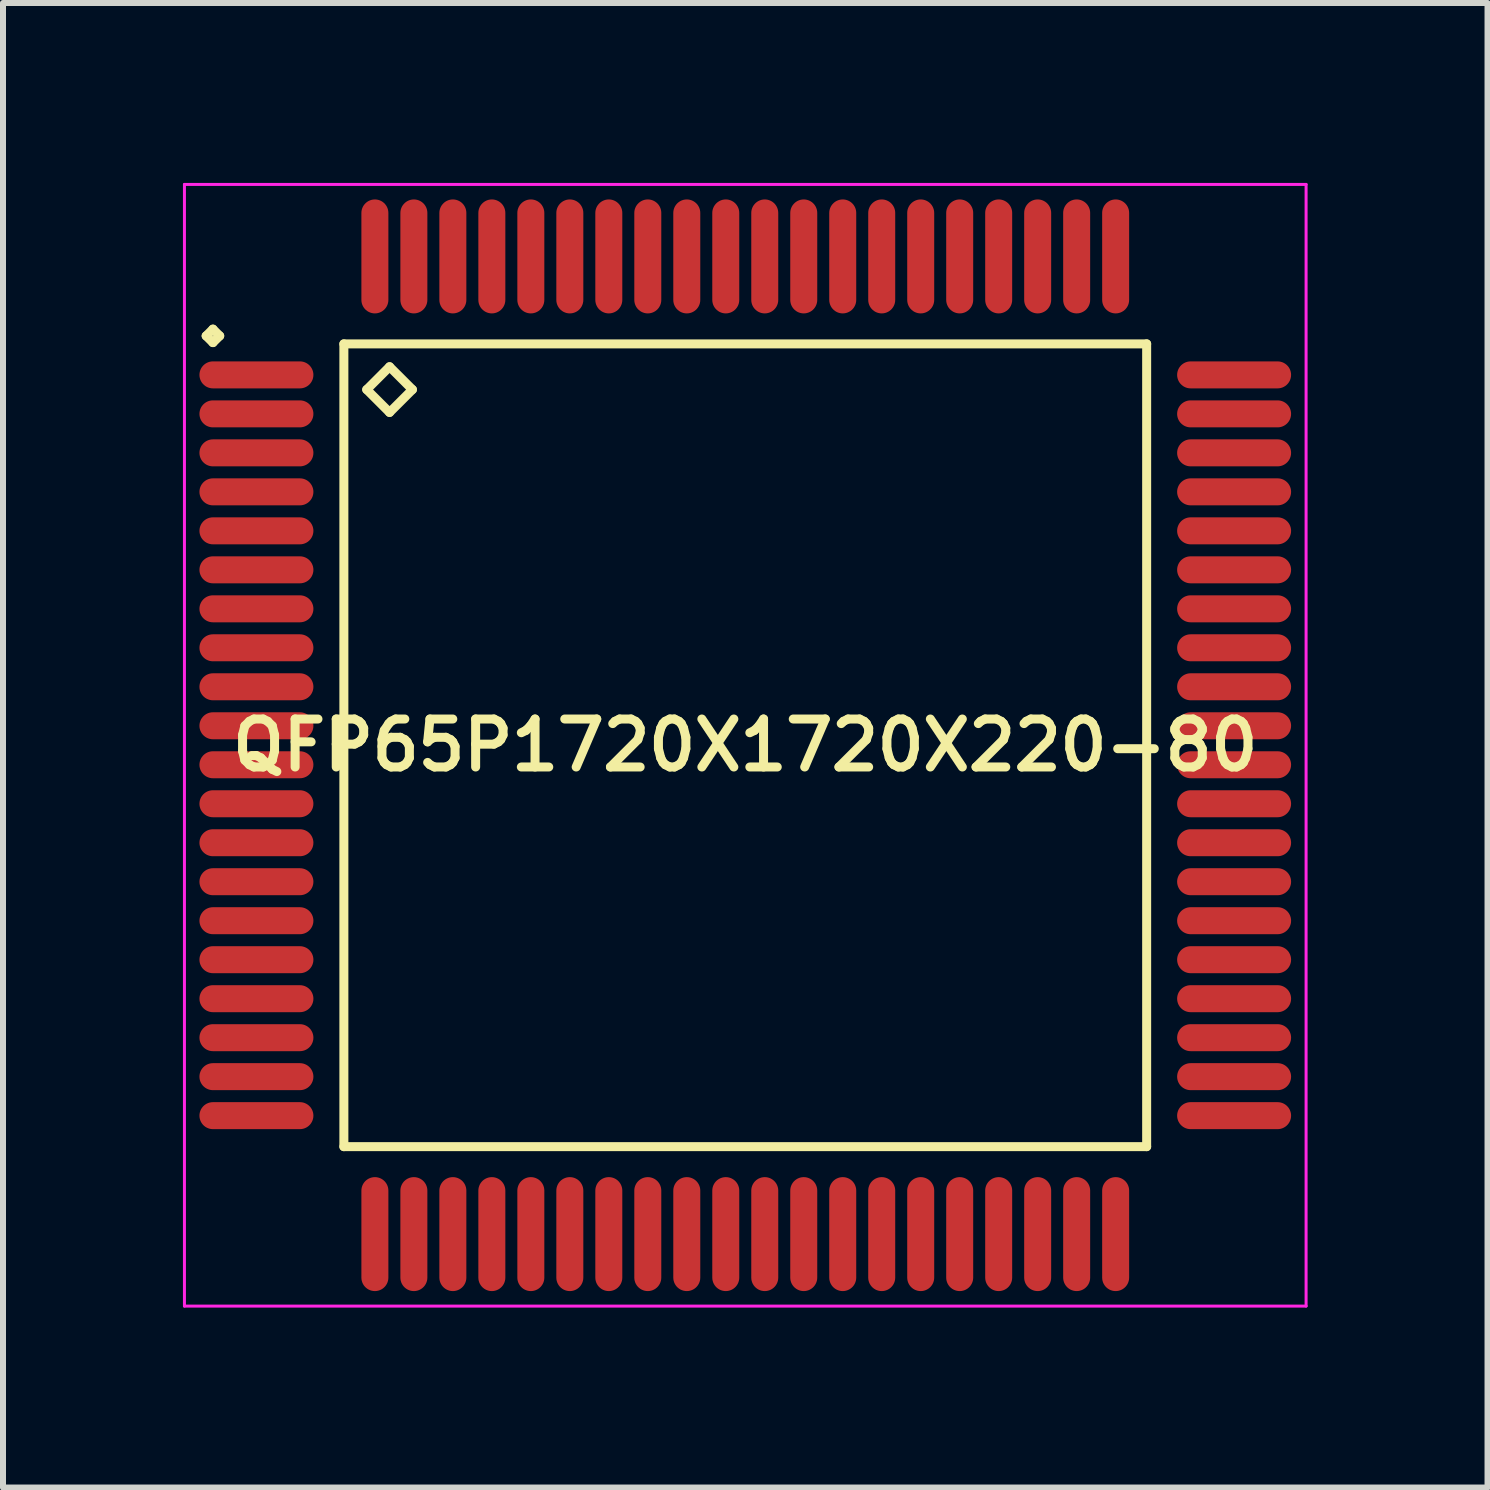
<source format=kicad_pcb>
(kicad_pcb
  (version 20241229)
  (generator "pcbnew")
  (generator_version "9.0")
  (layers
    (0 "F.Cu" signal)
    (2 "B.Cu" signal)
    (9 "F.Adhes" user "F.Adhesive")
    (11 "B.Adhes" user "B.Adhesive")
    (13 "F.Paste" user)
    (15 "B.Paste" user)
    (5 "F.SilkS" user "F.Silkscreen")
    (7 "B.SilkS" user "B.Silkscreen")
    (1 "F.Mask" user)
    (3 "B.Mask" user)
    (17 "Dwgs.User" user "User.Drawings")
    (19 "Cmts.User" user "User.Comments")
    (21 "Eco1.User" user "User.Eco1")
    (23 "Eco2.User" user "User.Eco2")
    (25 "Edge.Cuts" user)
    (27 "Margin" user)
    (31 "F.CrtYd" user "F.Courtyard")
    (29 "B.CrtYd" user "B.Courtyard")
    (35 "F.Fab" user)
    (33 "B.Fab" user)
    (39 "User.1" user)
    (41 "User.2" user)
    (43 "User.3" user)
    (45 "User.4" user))
  (footprint "QFP65P1720X1720X220-80"
    (layer "F.Cu")
    (at 9.375 9.375)
    (property "Reference" "QFP65P1720X1720X220-80" (at 0 0 0) (layer "F.SilkS") (effects (font (size 0.8 0.8) (thickness 0.15))))
    (attr smd)
    (fp_line (start -8.988 -6.825) (end -8.875 -6.938) (stroke (width 0.15) (type solid)) (layer "F.SilkS"))
    (fp_line (start -8.875 -6.938) (end -8.762 -6.825) (stroke (width 0.15) (type solid)) (layer "F.SilkS"))
    (fp_line (start -8.875 -6.713) (end -8.988 -6.825) (stroke (width 0.15) (type solid)) (layer "F.SilkS"))
    (fp_line (start -8.762 -6.825) (end -8.875 -6.713) (stroke (width 0.15) (type solid)) (layer "F.SilkS"))
    (fp_line (start -6.692 -6.692) (end -6.692 6.692) (stroke (width 0.15) (type solid)) (layer "F.SilkS"))
    (fp_line (start -6.692 6.692) (end 6.692 6.692) (stroke (width 0.15) (type solid)) (layer "F.SilkS"))
    (fp_line (start -6.311 -5.93) (end -5.93 -6.311) (stroke (width 0.15) (type solid)) (layer "F.SilkS"))
    (fp_line (start -5.93 -6.311) (end -5.549 -5.93) (stroke (width 0.15) (type solid)) (layer "F.SilkS"))
    (fp_line (start -5.93 -5.549) (end -6.311 -5.93) (stroke (width 0.15) (type solid)) (layer "F.SilkS"))
    (fp_line (start -5.549 -5.93) (end -5.93 -5.549) (stroke (width 0.15) (type solid)) (layer "F.SilkS"))
    (fp_line (start 6.692 -6.692) (end -6.692 -6.692) (stroke (width 0.15) (type solid)) (layer "F.SilkS"))
    (fp_line (start 6.692 6.692) (end 6.692 -6.692) (stroke (width 0.15) (type solid)) (layer "F.SilkS"))
    (fp_line (start -9.35 -9.35) (end 9.35 -9.35) (stroke (width 0.05) (type solid)) (layer "F.CrtYd"))
    (fp_line (start -9.35 9.35) (end -9.35 -9.35) (stroke (width 0.05) (type solid)) (layer "F.CrtYd"))
    (fp_line (start 9.35 -9.35) (end 9.35 9.35) (stroke (width 0.05) (type solid)) (layer "F.CrtYd"))
    (fp_line (start 9.35 9.35) (end -9.35 9.35) (stroke (width 0.05) (type solid)) (layer "F.CrtYd"))
    (pad "1" smd oval (at -8.15 -6.175) (size 1.9 0.45) (layers "F.Cu" "F.Mask" "F.Paste"))
    (pad "2" smd oval (at -8.15 -5.525) (size 1.9 0.45) (layers "F.Cu" "F.Mask" "F.Paste"))
    (pad "3" smd oval (at -8.15 -4.875) (size 1.9 0.45) (layers "F.Cu" "F.Mask" "F.Paste"))
    (pad "4" smd oval (at -8.15 -4.225) (size 1.9 0.45) (layers "F.Cu" "F.Mask" "F.Paste"))
    (pad "5" smd oval (at -8.15 -3.575) (size 1.9 0.45) (layers "F.Cu" "F.Mask" "F.Paste"))
    (pad "6" smd oval (at -8.15 -2.925) (size 1.9 0.45) (layers "F.Cu" "F.Mask" "F.Paste"))
    (pad "7" smd oval (at -8.15 -2.275) (size 1.9 0.45) (layers "F.Cu" "F.Mask" "F.Paste"))
    (pad "8" smd oval (at -8.15 -1.625) (size 1.9 0.45) (layers "F.Cu" "F.Mask" "F.Paste"))
    (pad "9" smd oval (at -8.15 -0.975) (size 1.9 0.45) (layers "F.Cu" "F.Mask" "F.Paste"))
    (pad "10" smd oval (at -8.15 -0.325) (size 1.9 0.45) (layers "F.Cu" "F.Mask" "F.Paste"))
    (pad "11" smd oval (at -8.15 0.325) (size 1.9 0.45) (layers "F.Cu" "F.Mask" "F.Paste"))
    (pad "12" smd oval (at -8.15 0.975) (size 1.9 0.45) (layers "F.Cu" "F.Mask" "F.Paste"))
    (pad "13" smd oval (at -8.15 1.625) (size 1.9 0.45) (layers "F.Cu" "F.Mask" "F.Paste"))
    (pad "14" smd oval (at -8.15 2.275) (size 1.9 0.45) (layers "F.Cu" "F.Mask" "F.Paste"))
    (pad "15" smd oval (at -8.15 2.925) (size 1.9 0.45) (layers "F.Cu" "F.Mask" "F.Paste"))
    (pad "16" smd oval (at -8.15 3.575) (size 1.9 0.45) (layers "F.Cu" "F.Mask" "F.Paste"))
    (pad "17" smd oval (at -8.15 4.225) (size 1.9 0.45) (layers "F.Cu" "F.Mask" "F.Paste"))
    (pad "18" smd oval (at -8.15 4.875) (size 1.9 0.45) (layers "F.Cu" "F.Mask" "F.Paste"))
    (pad "19" smd oval (at -8.15 5.525) (size 1.9 0.45) (layers "F.Cu" "F.Mask" "F.Paste"))
    (pad "20" smd oval (at -8.15 6.175) (size 1.9 0.45) (layers "F.Cu" "F.Mask" "F.Paste"))
    (pad "21" smd oval (at -6.175 8.15) (size 0.45 1.9) (layers "F.Cu" "F.Mask" "F.Paste"))
    (pad "22" smd oval (at -5.525 8.15) (size 0.45 1.9) (layers "F.Cu" "F.Mask" "F.Paste"))
    (pad "23" smd oval (at -4.875 8.15) (size 0.45 1.9) (layers "F.Cu" "F.Mask" "F.Paste"))
    (pad "24" smd oval (at -4.225 8.15) (size 0.45 1.9) (layers "F.Cu" "F.Mask" "F.Paste"))
    (pad "25" smd oval (at -3.575 8.15) (size 0.45 1.9) (layers "F.Cu" "F.Mask" "F.Paste"))
    (pad "26" smd oval (at -2.925 8.15) (size 0.45 1.9) (layers "F.Cu" "F.Mask" "F.Paste"))
    (pad "27" smd oval (at -2.275 8.15) (size 0.45 1.9) (layers "F.Cu" "F.Mask" "F.Paste"))
    (pad "28" smd oval (at -1.625 8.15) (size 0.45 1.9) (layers "F.Cu" "F.Mask" "F.Paste"))
    (pad "29" smd oval (at -0.975 8.15) (size 0.45 1.9) (layers "F.Cu" "F.Mask" "F.Paste"))
    (pad "30" smd oval (at -0.325 8.15) (size 0.45 1.9) (layers "F.Cu" "F.Mask" "F.Paste"))
    (pad "31" smd oval (at 0.325 8.15) (size 0.45 1.9) (layers "F.Cu" "F.Mask" "F.Paste"))
    (pad "32" smd oval (at 0.975 8.15) (size 0.45 1.9) (layers "F.Cu" "F.Mask" "F.Paste"))
    (pad "33" smd oval (at 1.625 8.15) (size 0.45 1.9) (layers "F.Cu" "F.Mask" "F.Paste"))
    (pad "34" smd oval (at 2.275 8.15) (size 0.45 1.9) (layers "F.Cu" "F.Mask" "F.Paste"))
    (pad "35" smd oval (at 2.925 8.15) (size 0.45 1.9) (layers "F.Cu" "F.Mask" "F.Paste"))
    (pad "36" smd oval (at 3.575 8.15) (size 0.45 1.9) (layers "F.Cu" "F.Mask" "F.Paste"))
    (pad "37" smd oval (at 4.225 8.15) (size 0.45 1.9) (layers "F.Cu" "F.Mask" "F.Paste"))
    (pad "38" smd oval (at 4.875 8.15) (size 0.45 1.9) (layers "F.Cu" "F.Mask" "F.Paste"))
    (pad "39" smd oval (at 5.525 8.15) (size 0.45 1.9) (layers "F.Cu" "F.Mask" "F.Paste"))
    (pad "40" smd oval (at 6.175 8.15) (size 0.45 1.9) (layers "F.Cu" "F.Mask" "F.Paste"))
    (pad "41" smd oval (at 8.15 6.175) (size 1.9 0.45) (layers "F.Cu" "F.Mask" "F.Paste"))
    (pad "42" smd oval (at 8.15 5.525) (size 1.9 0.45) (layers "F.Cu" "F.Mask" "F.Paste"))
    (pad "43" smd oval (at 8.15 4.875) (size 1.9 0.45) (layers "F.Cu" "F.Mask" "F.Paste"))
    (pad "44" smd oval (at 8.15 4.225) (size 1.9 0.45) (layers "F.Cu" "F.Mask" "F.Paste"))
    (pad "45" smd oval (at 8.15 3.575) (size 1.9 0.45) (layers "F.Cu" "F.Mask" "F.Paste"))
    (pad "46" smd oval (at 8.15 2.925) (size 1.9 0.45) (layers "F.Cu" "F.Mask" "F.Paste"))
    (pad "47" smd oval (at 8.15 2.275) (size 1.9 0.45) (layers "F.Cu" "F.Mask" "F.Paste"))
    (pad "48" smd oval (at 8.15 1.625) (size 1.9 0.45) (layers "F.Cu" "F.Mask" "F.Paste"))
    (pad "49" smd oval (at 8.15 0.975) (size 1.9 0.45) (layers "F.Cu" "F.Mask" "F.Paste"))
    (pad "50" smd oval (at 8.15 0.325) (size 1.9 0.45) (layers "F.Cu" "F.Mask" "F.Paste"))
    (pad "51" smd oval (at 8.15 -0.325) (size 1.9 0.45) (layers "F.Cu" "F.Mask" "F.Paste"))
    (pad "52" smd oval (at 8.15 -0.975) (size 1.9 0.45) (layers "F.Cu" "F.Mask" "F.Paste"))
    (pad "53" smd oval (at 8.15 -1.625) (size 1.9 0.45) (layers "F.Cu" "F.Mask" "F.Paste"))
    (pad "54" smd oval (at 8.15 -2.275) (size 1.9 0.45) (layers "F.Cu" "F.Mask" "F.Paste"))
    (pad "55" smd oval (at 8.15 -2.925) (size 1.9 0.45) (layers "F.Cu" "F.Mask" "F.Paste"))
    (pad "56" smd oval (at 8.15 -3.575) (size 1.9 0.45) (layers "F.Cu" "F.Mask" "F.Paste"))
    (pad "57" smd oval (at 8.15 -4.225) (size 1.9 0.45) (layers "F.Cu" "F.Mask" "F.Paste"))
    (pad "58" smd oval (at 8.15 -4.875) (size 1.9 0.45) (layers "F.Cu" "F.Mask" "F.Paste"))
    (pad "59" smd oval (at 8.15 -5.525) (size 1.9 0.45) (layers "F.Cu" "F.Mask" "F.Paste"))
    (pad "60" smd oval (at 8.15 -6.175) (size 1.9 0.45) (layers "F.Cu" "F.Mask" "F.Paste"))
    (pad "61" smd oval (at 6.175 -8.15) (size 0.45 1.9) (layers "F.Cu" "F.Mask" "F.Paste"))
    (pad "62" smd oval (at 5.525 -8.15) (size 0.45 1.9) (layers "F.Cu" "F.Mask" "F.Paste"))
    (pad "63" smd oval (at 4.875 -8.15) (size 0.45 1.9) (layers "F.Cu" "F.Mask" "F.Paste"))
    (pad "64" smd oval (at 4.225 -8.15) (size 0.45 1.9) (layers "F.Cu" "F.Mask" "F.Paste"))
    (pad "65" smd oval (at 3.575 -8.15) (size 0.45 1.9) (layers "F.Cu" "F.Mask" "F.Paste"))
    (pad "66" smd oval (at 2.925 -8.15) (size 0.45 1.9) (layers "F.Cu" "F.Mask" "F.Paste"))
    (pad "67" smd oval (at 2.275 -8.15) (size 0.45 1.9) (layers "F.Cu" "F.Mask" "F.Paste"))
    (pad "68" smd oval (at 1.625 -8.15) (size 0.45 1.9) (layers "F.Cu" "F.Mask" "F.Paste"))
    (pad "69" smd oval (at 0.975 -8.15) (size 0.45 1.9) (layers "F.Cu" "F.Mask" "F.Paste"))
    (pad "70" smd oval (at 0.325 -8.15) (size 0.45 1.9) (layers "F.Cu" "F.Mask" "F.Paste"))
    (pad "71" smd oval (at -0.325 -8.15) (size 0.45 1.9) (layers "F.Cu" "F.Mask" "F.Paste"))
    (pad "72" smd oval (at -0.975 -8.15) (size 0.45 1.9) (layers "F.Cu" "F.Mask" "F.Paste"))
    (pad "73" smd oval (at -1.625 -8.15) (size 0.45 1.9) (layers "F.Cu" "F.Mask" "F.Paste"))
    (pad "74" smd oval (at -2.275 -8.15) (size 0.45 1.9) (layers "F.Cu" "F.Mask" "F.Paste"))
    (pad "75" smd oval (at -2.925 -8.15) (size 0.45 1.9) (layers "F.Cu" "F.Mask" "F.Paste"))
    (pad "76" smd oval (at -3.575 -8.15) (size 0.45 1.9) (layers "F.Cu" "F.Mask" "F.Paste"))
    (pad "77" smd oval (at -4.225 -8.15) (size 0.45 1.9) (layers "F.Cu" "F.Mask" "F.Paste"))
    (pad "78" smd oval (at -4.875 -8.15) (size 0.45 1.9) (layers "F.Cu" "F.Mask" "F.Paste"))
    (pad "79" smd oval (at -5.525 -8.15) (size 0.45 1.9) (layers "F.Cu" "F.Mask" "F.Paste"))
    (pad "80" smd oval (at -6.175 -8.15) (size 0.45 1.9) (layers "F.Cu" "F.Mask" "F.Paste")))
  (gr_rect
    (start -3 -3)
    (end 21.75 21.75)
    (stroke (width 0.1) (type default))
    (fill no)
    (layer "Edge.Cuts")))
</source>
